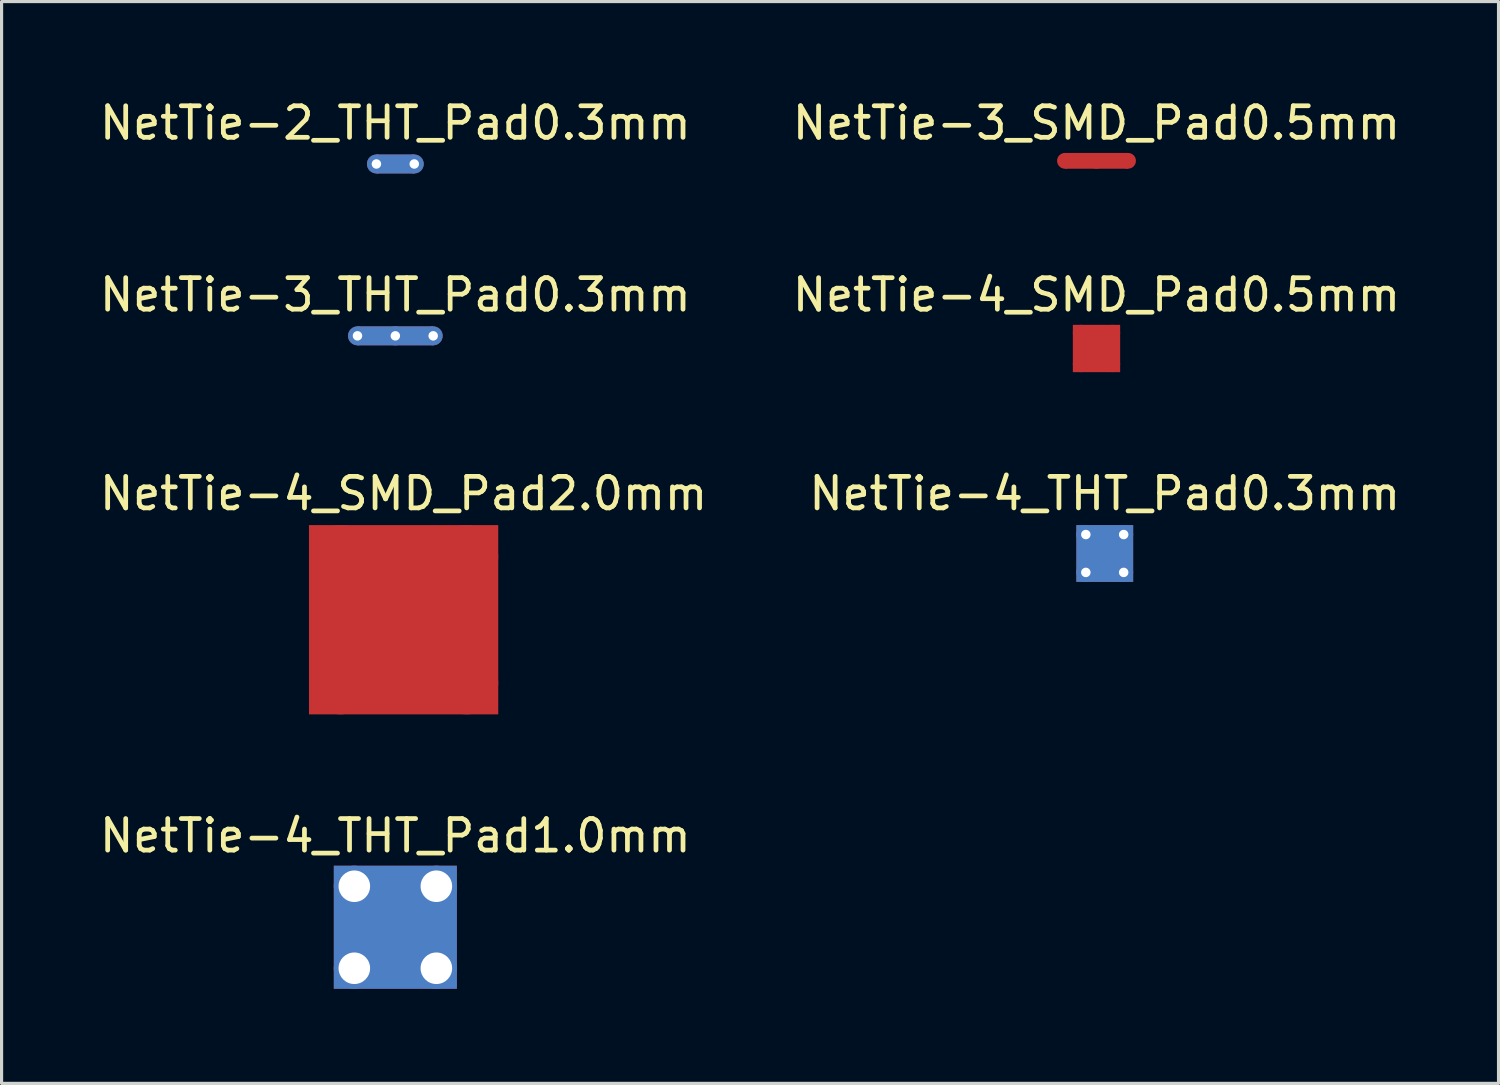
<source format=kicad_pcb>
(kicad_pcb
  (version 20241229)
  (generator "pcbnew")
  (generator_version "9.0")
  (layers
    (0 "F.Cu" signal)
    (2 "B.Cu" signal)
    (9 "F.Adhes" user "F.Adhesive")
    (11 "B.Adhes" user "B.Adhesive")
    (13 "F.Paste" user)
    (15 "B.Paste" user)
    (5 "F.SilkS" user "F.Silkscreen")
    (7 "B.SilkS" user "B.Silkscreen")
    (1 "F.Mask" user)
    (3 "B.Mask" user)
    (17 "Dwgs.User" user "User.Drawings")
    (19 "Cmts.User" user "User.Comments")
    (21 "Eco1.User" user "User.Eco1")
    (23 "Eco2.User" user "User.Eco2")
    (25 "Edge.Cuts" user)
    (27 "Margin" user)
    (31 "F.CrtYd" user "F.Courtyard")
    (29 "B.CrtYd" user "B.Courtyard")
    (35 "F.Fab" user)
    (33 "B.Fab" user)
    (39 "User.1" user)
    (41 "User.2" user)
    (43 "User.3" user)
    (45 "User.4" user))
  (footprint "NetTie-4_SMD_Pad0.5mm"
    (layer "F.Cu")
    (at 31.708 7.997)
    (property "Reference" "NetTie-4_SMD_Pad0.5mm" (at 0 -1.7 0) (layer "F.SilkS") (effects (font (size 1 1) (thickness 0.15))))
    (attr exclude_from_pos_files exclude_from_bom allow_missing_courtyard)
    (fp_poly (pts (xy -0.75 -0.75) (xy 0.75 -0.75) (xy 0.75 0.75) (xy -0.75 0.75)) (stroke (width 0) (type solid)) (fill yes) (layer "F.Cu"))
    (pad "1" smd circle (at -0.5 -0.5) (size 0.5 0.5) (layers "F.Cu"))
    (pad "2" smd circle (at 0.5 -0.5) (size 0.5 0.5) (layers "F.Cu"))
    (pad "3" smd circle (at -0.5 0.5) (size 0.5 0.5) (layers "F.Cu"))
    (pad "4" smd circle (at 0.5 0.5) (size 0.5 0.5) (layers "F.Cu")))
  (footprint "NetTie-4_SMD_Pad2.0mm"
    (layer "F.Cu")
    (at 9.744 16.595)
    (property "Reference" "NetTie-4_SMD_Pad2.0mm" (at 0 -4 0) (layer "F.SilkS") (effects (font (size 1 1) (thickness 0.15))))
    (attr exclude_from_pos_files exclude_from_bom allow_missing_courtyard)
    (fp_poly (pts (xy -3 -3) (xy 3 -3) (xy 3 3) (xy -3 3)) (stroke (width 0) (type solid)) (fill yes) (layer "F.Cu"))
    (pad "1" smd circle (at -2 -2) (size 2 2) (layers "F.Cu"))
    (pad "2" smd circle (at 2 -2) (size 2 2) (layers "F.Cu"))
    (pad "3" smd circle (at -2 2) (size 2 2) (layers "F.Cu"))
    (pad "4" smd circle (at 2 2) (size 2 2) (layers "F.Cu")))
  (footprint "NetTie-3_SMD_Pad0.5mm"
    (layer "F.Cu")
    (at 31.708 2.048)
    (property "Reference" "NetTie-3_SMD_Pad0.5mm" (at 0 -1.2 0) (layer "F.SilkS") (effects (font (size 1 1) (thickness 0.15))))
    (attr exclude_from_pos_files exclude_from_bom allow_missing_courtyard)
    (fp_poly (pts (xy -1 -0.25) (xy 1 -0.25) (xy 1 0.25) (xy -1 0.25)) (stroke (width 0) (type solid)) (fill yes) (layer "F.Cu"))
    (pad "1" smd circle (at -1 0) (size 0.5 0.5) (layers "F.Cu"))
    (pad "2" smd circle (at 0 0) (size 0.5 0.5) (layers "F.Cu"))
    (pad "3" smd circle (at 1 0) (size 0.5 0.5) (layers "F.Cu")))
  (footprint "NetTie-3_THT_Pad0.3mm"
    (layer "F.Cu")
    (at 8.282 7.596)
    (property "Reference" "NetTie-3_THT_Pad0.3mm" (at 1.2 -1.3 0) (layer "F.SilkS") (effects (font (size 1 1) (thickness 0.15))))
    (attr exclude_from_pos_files exclude_from_bom allow_missing_courtyard)
    (fp_poly (pts (xy 0 -0.3) (xy 2.4 -0.3) (xy 2.4 0.3) (xy 0 0.3)) (stroke (width 0) (type solid)) (fill yes) (layer "F.Cu"))
    (fp_poly (pts (xy 0 -0.3) (xy 2.4 -0.3) (xy 2.4 0.3) (xy 0 0.3)) (stroke (width 0) (type solid)) (fill yes) (layer "B.Cu"))
    (pad "1" thru_hole circle (at 0 0) (size 0.6 0.6) (drill 0.3) (layers "*.Cu"))
    (pad "2" thru_hole circle (at 1.2 0) (size 0.6 0.6) (drill 0.3) (layers "*.Cu"))
    (pad "3" thru_hole circle (at 2.4 0) (size 0.6 0.6) (drill 0.3) (layers "*.Cu")))
  (footprint "NetTie-4_THT_Pad0.3mm"
    (layer "F.Cu")
    (at 31.37 13.895)
    (property "Reference" "NetTie-4_THT_Pad0.3mm" (at 0.6 -1.3 0) (layer "F.SilkS") (effects (font (size 1 1) (thickness 0.15))))
    (attr exclude_from_pos_files exclude_from_bom allow_missing_courtyard)
    (fp_poly (pts (xy -0.3 -0.3) (xy 1.5 -0.3) (xy 1.5 1.5) (xy -0.3 1.5)) (stroke (width 0) (type solid)) (fill yes) (layer "F.Cu"))
    (fp_poly (pts (xy -0.3 -0.3) (xy 1.5 -0.3) (xy 1.5 1.5) (xy -0.3 1.5)) (stroke (width 0) (type solid)) (fill yes) (layer "B.Cu"))
    (pad "1" thru_hole circle (at 0 0) (size 0.6 0.6) (drill 0.3) (layers "*.Cu"))
    (pad "2" thru_hole circle (at 1.2 0) (size 0.6 0.6) (drill 0.3) (layers "*.Cu"))
    (pad "3" thru_hole circle (at 0 1.2) (size 0.6 0.6) (drill 0.3) (layers "*.Cu"))
    (pad "4" thru_hole circle (at 1.2 1.2) (size 0.6 0.6) (drill 0.3) (layers "*.Cu")))
  (footprint "NetTie-2_THT_Pad0.3mm"
    (layer "F.Cu")
    (at 8.882 2.148)
    (property "Reference" "NetTie-2_THT_Pad0.3mm" (at 0.6 -1.3 0) (layer "F.SilkS") (effects (font (size 1 1) (thickness 0.15))))
    (attr exclude_from_pos_files exclude_from_bom allow_missing_courtyard)
    (fp_poly (pts (xy 0 -0.3) (xy 1.2 -0.3) (xy 1.2 0.3) (xy 0 0.3)) (stroke (width 0) (type solid)) (fill yes) (layer "F.Cu"))
    (fp_poly (pts (xy 0 -0.3) (xy 1.2 -0.3) (xy 1.2 0.3) (xy 0 0.3)) (stroke (width 0) (type solid)) (fill yes) (layer "B.Cu"))
    (pad "1" thru_hole circle (at 0 0) (size 0.6 0.6) (drill 0.3) (layers "*.Cu"))
    (pad "2" thru_hole circle (at 1.2 0) (size 0.6 0.6) (drill 0.3) (layers "*.Cu")))
  (footprint "NetTie-4_THT_Pad1.0mm"
    (layer "F.Cu")
    (at 8.182 25.043)
    (property "Reference" "NetTie-4_THT_Pad1.0mm" (at 1.3 -1.6 0) (layer "F.SilkS") (effects (font (size 1 1) (thickness 0.15))))
    (attr exclude_from_pos_files exclude_from_bom allow_missing_courtyard)
    (fp_poly (pts (xy -0.65 -0.65) (xy 3.25 -0.65) (xy 3.25 3.25) (xy -0.65 3.25)) (stroke (width 0) (type solid)) (fill yes) (layer "F.Cu"))
    (fp_poly (pts (xy -0.65 -0.65) (xy 3.25 -0.65) (xy 3.25 3.25) (xy -0.65 3.25)) (stroke (width 0) (type solid)) (fill yes) (layer "B.Cu"))
    (pad "1" thru_hole circle (at 0 0) (size 1.3 1.3) (drill 1) (layers "*.Cu"))
    (pad "2" thru_hole circle (at 2.6 0) (size 1.3 1.3) (drill 1) (layers "*.Cu"))
    (pad "3" thru_hole circle (at 0 2.6) (size 1.3 1.3) (drill 1) (layers "*.Cu"))
    (pad "4" thru_hole circle (at 2.6 2.6) (size 1.3 1.3) (drill 1) (layers "*.Cu")))
  (gr_rect
    (start -3 -3)
    (end 44.452 31.293)
    (stroke (width 0.1) (type default))
    (fill no)
    (layer "Edge.Cuts")))
</source>
